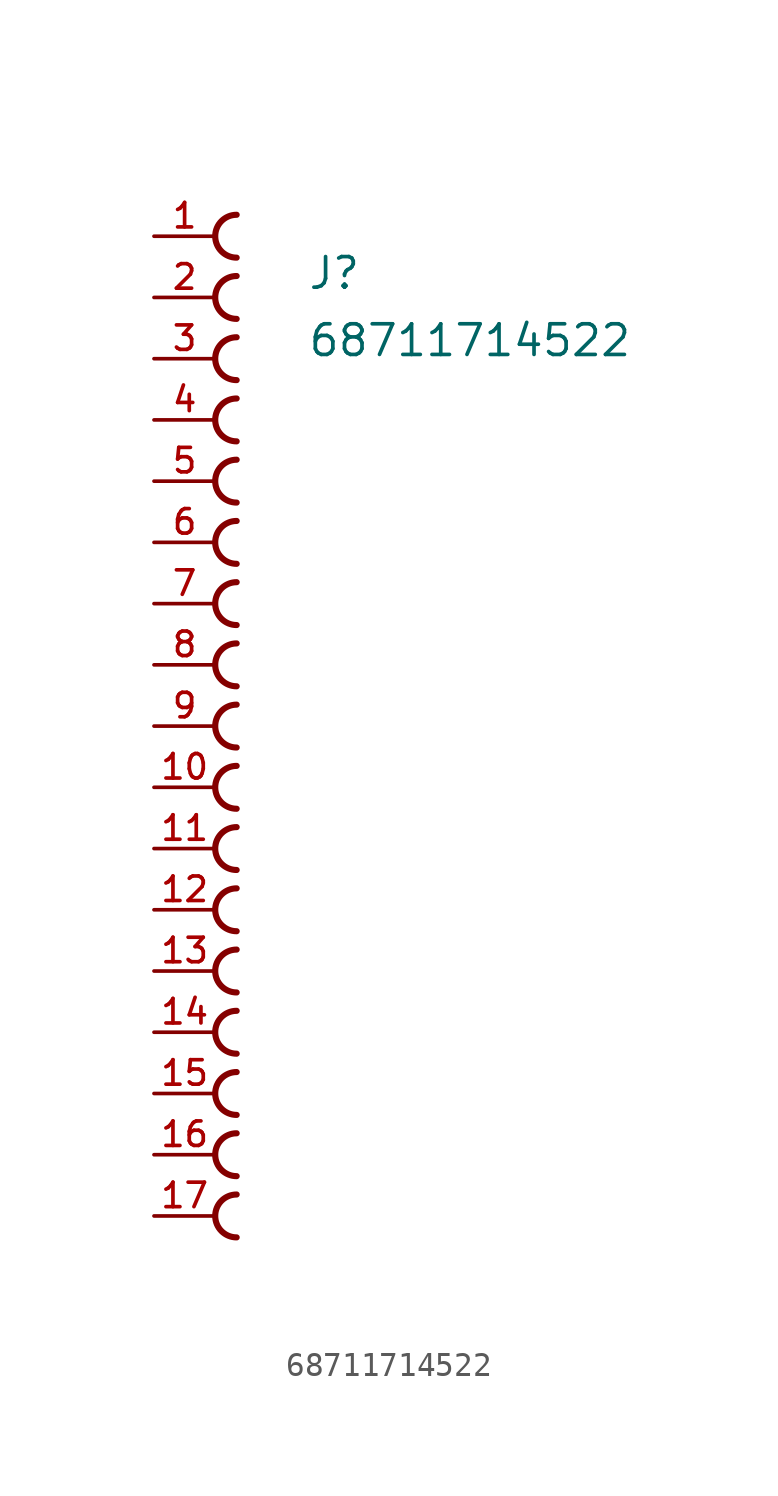
<source format=kicad_sym>
(kicad_symbol_lib
  (version 20211014)
  (generator kicad_symbol_editor)
  (symbol "68711714522"
    (pin_names
      (offset 1.016))
    (property "Reference" "J"
      (at 1.272 18.043 0)
      (effects (font (size 1.27 1.27)) (justify bottom left)))
    (property "Value" "68711714522"
      (at 1.271 15.254 0)
      (effects (font (size 1.27 1.27)) (justify bottom left)))
    (symbol "68711714522_0_0"
      (arc (start -1.651 19.431) (mid -2.54 20.32) (end -1.651 21.209) (stroke (width 0.254) (type default) (color 0 0 0 0)) (fill (type none)))
      (arc (start -1.651 16.891) (mid -2.54 17.78) (end -1.651 18.669) (stroke (width 0.254) (type default) (color 0 0 0 0)) (fill (type none)))
      (arc (start -1.651 14.351) (mid -2.54 15.24) (end -1.651 16.129) (stroke (width 0.254) (type default) (color 0 0 0 0)) (fill (type none)))
      (arc (start -1.651 11.811) (mid -2.54 12.7) (end -1.651 13.589) (stroke (width 0.254) (type default) (color 0 0 0 0)) (fill (type none)))
      (arc (start -1.651 9.271) (mid -2.54 10.16) (end -1.651 11.049) (stroke (width 0.254) (type default) (color 0 0 0 0)) (fill (type none)))
      (arc (start -1.651 6.731) (mid -2.54 7.62) (end -1.651 8.509) (stroke (width 0.254) (type default) (color 0 0 0 0)) (fill (type none)))
      (arc (start -1.651 4.191) (mid -2.54 5.08) (end -1.651 5.969) (stroke (width 0.254) (type default) (color 0 0 0 0)) (fill (type none)))
      (arc (start -1.651 1.651) (mid -2.54 2.54) (end -1.651 3.429) (stroke (width 0.254) (type default) (color 0 0 0 0)) (fill (type none)))
      (arc (start -1.651 -0.889) (mid -2.54 0.0) (end -1.651 0.889) (stroke (width 0.254) (type default) (color 0 0 0 0)) (fill (type none)))
      (arc (start -1.651 -3.429) (mid -2.54 -2.54) (end -1.651 -1.651) (stroke (width 0.254) (type default) (color 0 0 0 0)) (fill (type none)))
      (arc (start -1.651 -5.969) (mid -2.54 -5.08) (end -1.651 -4.191) (stroke (width 0.254) (type default) (color 0 0 0 0)) (fill (type none)))
      (arc (start -1.651 -8.509) (mid -2.54 -7.62) (end -1.651 -6.731) (stroke (width 0.254) (type default) (color 0 0 0 0)) (fill (type none)))
      (arc (start -1.651 -11.049) (mid -2.54 -10.16) (end -1.651 -9.271) (stroke (width 0.254) (type default) (color 0 0 0 0)) (fill (type none)))
      (arc (start -1.651 -13.589) (mid -2.54 -12.7) (end -1.651 -11.811) (stroke (width 0.254) (type default) (color 0 0 0 0)) (fill (type none)))
      (arc (start -1.651 -16.129) (mid -2.54 -15.24) (end -1.651 -14.351) (stroke (width 0.254) (type default) (color 0 0 0 0)) (fill (type none)))
      (arc (start -1.651 -18.669) (mid -2.54 -17.78) (end -1.651 -16.891) (stroke (width 0.254) (type default) (color 0 0 0 0)) (fill (type none)))
      (arc (start -1.651 -21.209) (mid -2.54 -20.32) (end -1.651 -19.431) (stroke (width 0.254) (type default) (color 0 0 0 0)) (fill (type none)))
      (pin passive line (at -5.08 20.32 0) (length 2.54) (name "~" (effects (font (size 1.016 1.016)))) (number "1" (effects (font (size 1.016 1.016)))))
      (pin passive line (at -5.08 17.78 0) (length 2.54) (name "~" (effects (font (size 1.016 1.016)))) (number "2" (effects (font (size 1.016 1.016)))))
      (pin passive line (at -5.08 15.24 0) (length 2.54) (name "~" (effects (font (size 1.016 1.016)))) (number "3" (effects (font (size 1.016 1.016)))))
      (pin passive line (at -5.08 12.7 0) (length 2.54) (name "~" (effects (font (size 1.016 1.016)))) (number "4" (effects (font (size 1.016 1.016)))))
      (pin passive line (at -5.08 10.16 0) (length 2.54) (name "~" (effects (font (size 1.016 1.016)))) (number "5" (effects (font (size 1.016 1.016)))))
      (pin passive line (at -5.08 7.62 0) (length 2.54) (name "~" (effects (font (size 1.016 1.016)))) (number "6" (effects (font (size 1.016 1.016)))))
      (pin passive line (at -5.08 5.08 0) (length 2.54) (name "~" (effects (font (size 1.016 1.016)))) (number "7" (effects (font (size 1.016 1.016)))))
      (pin passive line (at -5.08 2.54 0) (length 2.54) (name "~" (effects (font (size 1.016 1.016)))) (number "8" (effects (font (size 1.016 1.016)))))
      (pin passive line (at -5.08 0.0 0) (length 2.54) (name "~" (effects (font (size 1.016 1.016)))) (number "9" (effects (font (size 1.016 1.016)))))
      (pin passive line (at -5.08 -2.54 0) (length 2.54) (name "~" (effects (font (size 1.016 1.016)))) (number "10" (effects (font (size 1.016 1.016)))))
      (pin passive line (at -5.08 -5.08 0) (length 2.54) (name "~" (effects (font (size 1.016 1.016)))) (number "11" (effects (font (size 1.016 1.016)))))
      (pin passive line (at -5.08 -7.62 0) (length 2.54) (name "~" (effects (font (size 1.016 1.016)))) (number "12" (effects (font (size 1.016 1.016)))))
      (pin passive line (at -5.08 -10.16 0) (length 2.54) (name "~" (effects (font (size 1.016 1.016)))) (number "13" (effects (font (size 1.016 1.016)))))
      (pin passive line (at -5.08 -12.7 0) (length 2.54) (name "~" (effects (font (size 1.016 1.016)))) (number "14" (effects (font (size 1.016 1.016)))))
      (pin passive line (at -5.08 -15.24 0) (length 2.54) (name "~" (effects (font (size 1.016 1.016)))) (number "15" (effects (font (size 1.016 1.016)))))
      (pin passive line (at -5.08 -17.78 0) (length 2.54) (name "~" (effects (font (size 1.016 1.016)))) (number "16" (effects (font (size 1.016 1.016)))))
      (pin passive line (at -5.08 -20.32 0) (length 2.54) (name "~" (effects (font (size 1.016 1.016)))) (number "17" (effects (font (size 1.016 1.016))))))))
</source>
